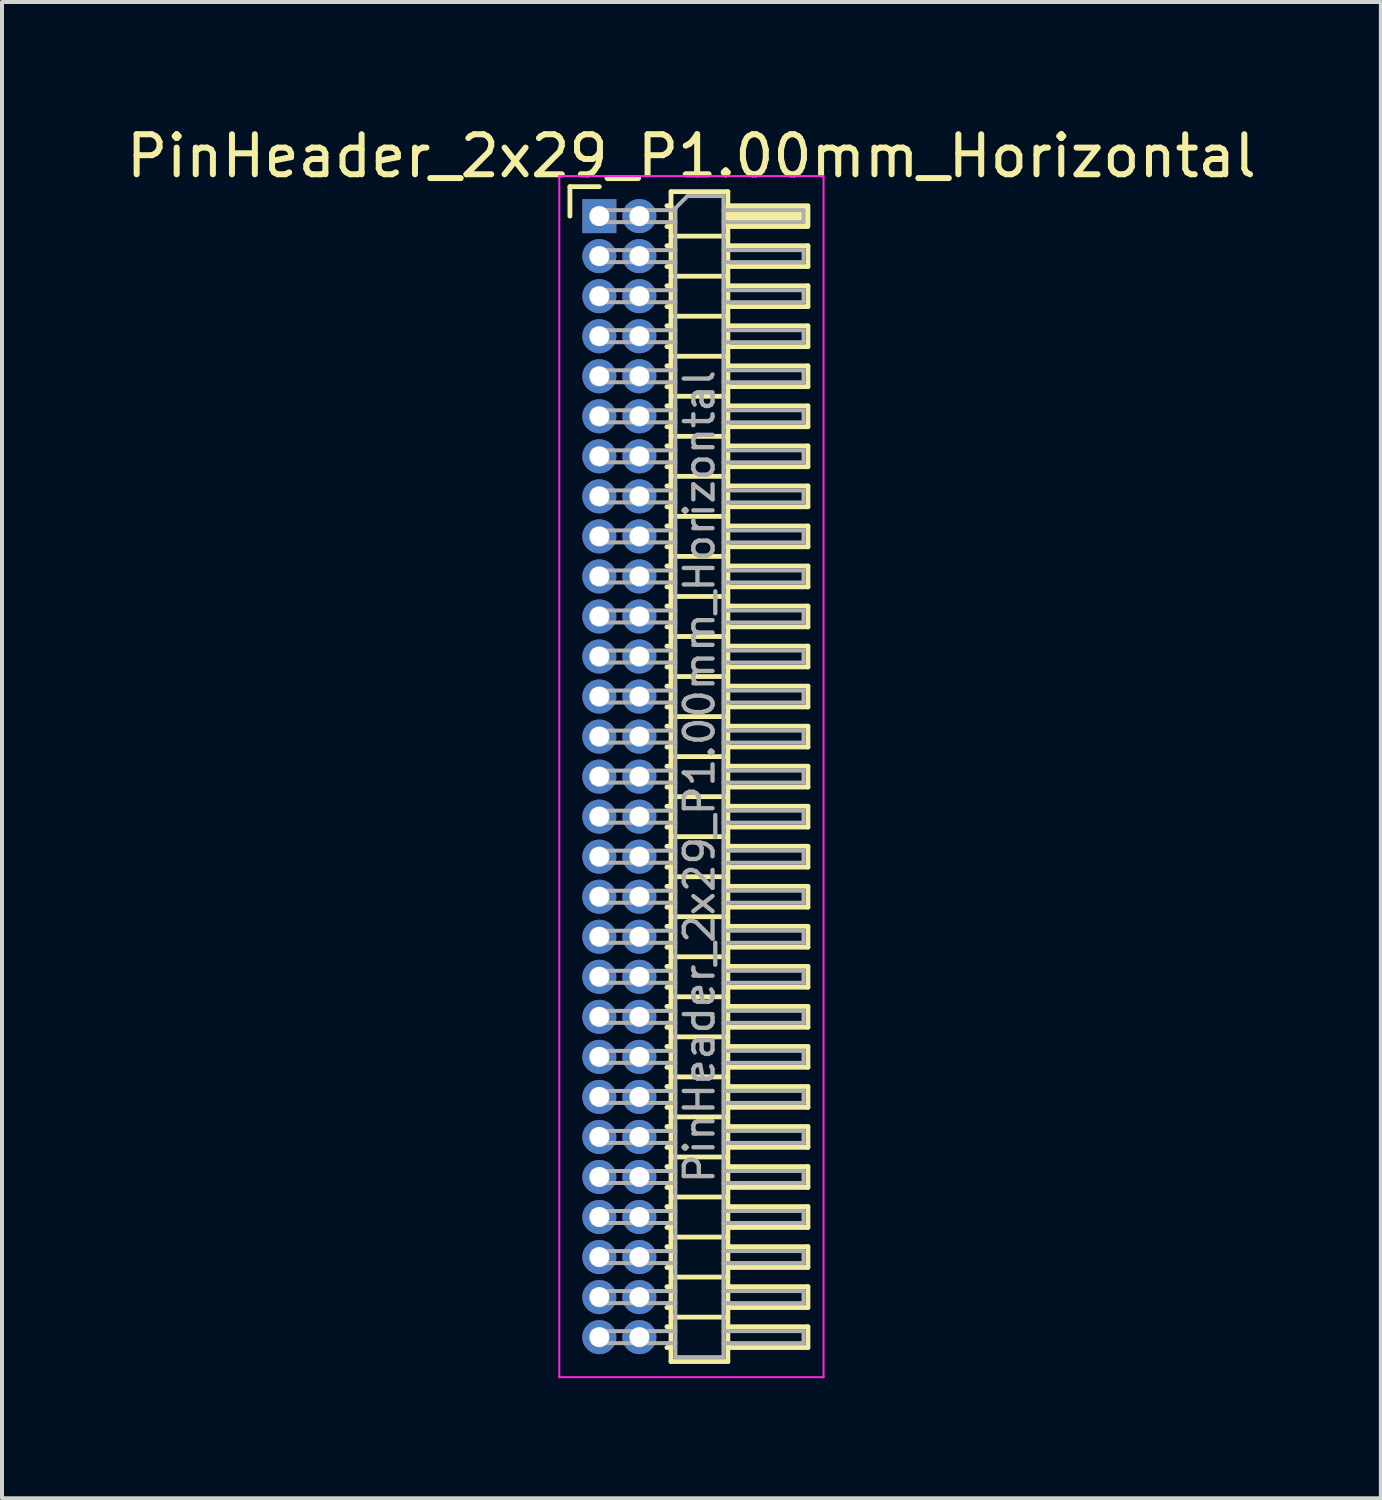
<source format=kicad_pcb>
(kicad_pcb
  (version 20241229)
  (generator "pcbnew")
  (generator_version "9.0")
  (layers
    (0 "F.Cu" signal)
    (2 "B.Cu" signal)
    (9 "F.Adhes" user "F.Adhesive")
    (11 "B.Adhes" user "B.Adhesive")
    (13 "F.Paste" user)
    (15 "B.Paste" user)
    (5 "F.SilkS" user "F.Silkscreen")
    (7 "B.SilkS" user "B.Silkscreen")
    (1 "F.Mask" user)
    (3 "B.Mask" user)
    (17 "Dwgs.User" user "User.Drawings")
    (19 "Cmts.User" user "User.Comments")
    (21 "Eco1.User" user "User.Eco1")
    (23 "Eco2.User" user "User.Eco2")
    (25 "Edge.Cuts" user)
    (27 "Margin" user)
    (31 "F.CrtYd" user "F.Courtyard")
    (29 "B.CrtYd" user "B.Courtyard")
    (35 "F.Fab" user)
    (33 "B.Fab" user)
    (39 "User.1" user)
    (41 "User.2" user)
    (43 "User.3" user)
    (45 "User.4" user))
  (footprint "PinHeader_2x29_P1.00mm_Horizontal"
    (layer "F.Cu")
    (at 11.92 2.348)
    (property "Reference" "PinHeader_2x29_P1.00mm_Horizontal" (at 2.3 -1.5 0) (layer "F.SilkS") (effects (font (size 1 1) (thickness 0.15))))
    (attr through_hole)
    (fp_line (start -0.735 -0.735) (end 0 -0.735) (stroke (width 0.12) (type solid)) (layer "F.SilkS"))
    (fp_line (start -0.735 0) (end -0.735 -0.735) (stroke (width 0.12) (type solid)) (layer "F.SilkS"))
    (fp_line (start 1.687 -0.26) (end 1.79 -0.26) (stroke (width 0.12) (type solid)) (layer "F.SilkS"))
    (fp_line (start 1.687 0.26) (end 1.79 0.26) (stroke (width 0.12) (type solid)) (layer "F.SilkS"))
    (fp_line (start 1.687 0.74) (end 1.79 0.74) (stroke (width 0.12) (type solid)) (layer "F.SilkS"))
    (fp_line (start 1.687 1.26) (end 1.79 1.26) (stroke (width 0.12) (type solid)) (layer "F.SilkS"))
    (fp_line (start 1.687 1.74) (end 1.79 1.74) (stroke (width 0.12) (type solid)) (layer "F.SilkS"))
    (fp_line (start 1.687 2.26) (end 1.79 2.26) (stroke (width 0.12) (type solid)) (layer "F.SilkS"))
    (fp_line (start 1.687 2.74) (end 1.79 2.74) (stroke (width 0.12) (type solid)) (layer "F.SilkS"))
    (fp_line (start 1.687 3.26) (end 1.79 3.26) (stroke (width 0.12) (type solid)) (layer "F.SilkS"))
    (fp_line (start 1.687 3.74) (end 1.79 3.74) (stroke (width 0.12) (type solid)) (layer "F.SilkS"))
    (fp_line (start 1.687 4.26) (end 1.79 4.26) (stroke (width 0.12) (type solid)) (layer "F.SilkS"))
    (fp_line (start 1.687 4.74) (end 1.79 4.74) (stroke (width 0.12) (type solid)) (layer "F.SilkS"))
    (fp_line (start 1.687 5.26) (end 1.79 5.26) (stroke (width 0.12) (type solid)) (layer "F.SilkS"))
    (fp_line (start 1.687 5.74) (end 1.79 5.74) (stroke (width 0.12) (type solid)) (layer "F.SilkS"))
    (fp_line (start 1.687 6.26) (end 1.79 6.26) (stroke (width 0.12) (type solid)) (layer "F.SilkS"))
    (fp_line (start 1.687 6.74) (end 1.79 6.74) (stroke (width 0.12) (type solid)) (layer "F.SilkS"))
    (fp_line (start 1.687 7.26) (end 1.79 7.26) (stroke (width 0.12) (type solid)) (layer "F.SilkS"))
    (fp_line (start 1.687 7.74) (end 1.79 7.74) (stroke (width 0.12) (type solid)) (layer "F.SilkS"))
    (fp_line (start 1.687 8.26) (end 1.79 8.26) (stroke (width 0.12) (type solid)) (layer "F.SilkS"))
    (fp_line (start 1.687 8.74) (end 1.79 8.74) (stroke (width 0.12) (type solid)) (layer "F.SilkS"))
    (fp_line (start 1.687 9.26) (end 1.79 9.26) (stroke (width 0.12) (type solid)) (layer "F.SilkS"))
    (fp_line (start 1.687 9.74) (end 1.79 9.74) (stroke (width 0.12) (type solid)) (layer "F.SilkS"))
    (fp_line (start 1.687 10.26) (end 1.79 10.26) (stroke (width 0.12) (type solid)) (layer "F.SilkS"))
    (fp_line (start 1.687 10.74) (end 1.79 10.74) (stroke (width 0.12) (type solid)) (layer "F.SilkS"))
    (fp_line (start 1.687 11.26) (end 1.79 11.26) (stroke (width 0.12) (type solid)) (layer "F.SilkS"))
    (fp_line (start 1.687 11.74) (end 1.79 11.74) (stroke (width 0.12) (type solid)) (layer "F.SilkS"))
    (fp_line (start 1.687 12.26) (end 1.79 12.26) (stroke (width 0.12) (type solid)) (layer "F.SilkS"))
    (fp_line (start 1.687 12.74) (end 1.79 12.74) (stroke (width 0.12) (type solid)) (layer "F.SilkS"))
    (fp_line (start 1.687 13.26) (end 1.79 13.26) (stroke (width 0.12) (type solid)) (layer "F.SilkS"))
    (fp_line (start 1.687 13.74) (end 1.79 13.74) (stroke (width 0.12) (type solid)) (layer "F.SilkS"))
    (fp_line (start 1.687 14.26) (end 1.79 14.26) (stroke (width 0.12) (type solid)) (layer "F.SilkS"))
    (fp_line (start 1.687 14.74) (end 1.79 14.74) (stroke (width 0.12) (type solid)) (layer "F.SilkS"))
    (fp_line (start 1.687 15.26) (end 1.79 15.26) (stroke (width 0.12) (type solid)) (layer "F.SilkS"))
    (fp_line (start 1.687 15.74) (end 1.79 15.74) (stroke (width 0.12) (type solid)) (layer "F.SilkS"))
    (fp_line (start 1.687 16.26) (end 1.79 16.26) (stroke (width 0.12) (type solid)) (layer "F.SilkS"))
    (fp_line (start 1.687 16.74) (end 1.79 16.74) (stroke (width 0.12) (type solid)) (layer "F.SilkS"))
    (fp_line (start 1.687 17.26) (end 1.79 17.26) (stroke (width 0.12) (type solid)) (layer "F.SilkS"))
    (fp_line (start 1.687 17.74) (end 1.79 17.74) (stroke (width 0.12) (type solid)) (layer "F.SilkS"))
    (fp_line (start 1.687 18.26) (end 1.79 18.26) (stroke (width 0.12) (type solid)) (layer "F.SilkS"))
    (fp_line (start 1.687 18.74) (end 1.79 18.74) (stroke (width 0.12) (type solid)) (layer "F.SilkS"))
    (fp_line (start 1.687 19.26) (end 1.79 19.26) (stroke (width 0.12) (type solid)) (layer "F.SilkS"))
    (fp_line (start 1.687 19.74) (end 1.79 19.74) (stroke (width 0.12) (type solid)) (layer "F.SilkS"))
    (fp_line (start 1.687 20.26) (end 1.79 20.26) (stroke (width 0.12) (type solid)) (layer "F.SilkS"))
    (fp_line (start 1.687 20.74) (end 1.79 20.74) (stroke (width 0.12) (type solid)) (layer "F.SilkS"))
    (fp_line (start 1.687 21.26) (end 1.79 21.26) (stroke (width 0.12) (type solid)) (layer "F.SilkS"))
    (fp_line (start 1.687 21.74) (end 1.79 21.74) (stroke (width 0.12) (type solid)) (layer "F.SilkS"))
    (fp_line (start 1.687 22.26) (end 1.79 22.26) (stroke (width 0.12) (type solid)) (layer "F.SilkS"))
    (fp_line (start 1.687 22.74) (end 1.79 22.74) (stroke (width 0.12) (type solid)) (layer "F.SilkS"))
    (fp_line (start 1.687 23.26) (end 1.79 23.26) (stroke (width 0.12) (type solid)) (layer "F.SilkS"))
    (fp_line (start 1.687 23.74) (end 1.79 23.74) (stroke (width 0.12) (type solid)) (layer "F.SilkS"))
    (fp_line (start 1.687 24.26) (end 1.79 24.26) (stroke (width 0.12) (type solid)) (layer "F.SilkS"))
    (fp_line (start 1.687 24.74) (end 1.79 24.74) (stroke (width 0.12) (type solid)) (layer "F.SilkS"))
    (fp_line (start 1.687 25.26) (end 1.79 25.26) (stroke (width 0.12) (type solid)) (layer "F.SilkS"))
    (fp_line (start 1.687 25.74) (end 1.79 25.74) (stroke (width 0.12) (type solid)) (layer "F.SilkS"))
    (fp_line (start 1.687 26.26) (end 1.79 26.26) (stroke (width 0.12) (type solid)) (layer "F.SilkS"))
    (fp_line (start 1.687 26.74) (end 1.79 26.74) (stroke (width 0.12) (type solid)) (layer "F.SilkS"))
    (fp_line (start 1.687 27.26) (end 1.79 27.26) (stroke (width 0.12) (type solid)) (layer "F.SilkS"))
    (fp_line (start 1.687 27.74) (end 1.79 27.74) (stroke (width 0.12) (type solid)) (layer "F.SilkS"))
    (fp_line (start 1.687 28.26) (end 1.79 28.26) (stroke (width 0.12) (type solid)) (layer "F.SilkS"))
    (fp_line (start 1.79 -0.61) (end 1.79 28.61) (stroke (width 0.12) (type solid)) (layer "F.SilkS"))
    (fp_line (start 1.79 0.5) (end 3.21 0.5) (stroke (width 0.12) (type solid)) (layer "F.SilkS"))
    (fp_line (start 1.79 1.5) (end 3.21 1.5) (stroke (width 0.12) (type solid)) (layer "F.SilkS"))
    (fp_line (start 1.79 2.5) (end 3.21 2.5) (stroke (width 0.12) (type solid)) (layer "F.SilkS"))
    (fp_line (start 1.79 3.5) (end 3.21 3.5) (stroke (width 0.12) (type solid)) (layer "F.SilkS"))
    (fp_line (start 1.79 4.5) (end 3.21 4.5) (stroke (width 0.12) (type solid)) (layer "F.SilkS"))
    (fp_line (start 1.79 5.5) (end 3.21 5.5) (stroke (width 0.12) (type solid)) (layer "F.SilkS"))
    (fp_line (start 1.79 6.5) (end 3.21 6.5) (stroke (width 0.12) (type solid)) (layer "F.SilkS"))
    (fp_line (start 1.79 7.5) (end 3.21 7.5) (stroke (width 0.12) (type solid)) (layer "F.SilkS"))
    (fp_line (start 1.79 8.5) (end 3.21 8.5) (stroke (width 0.12) (type solid)) (layer "F.SilkS"))
    (fp_line (start 1.79 9.5) (end 3.21 9.5) (stroke (width 0.12) (type solid)) (layer "F.SilkS"))
    (fp_line (start 1.79 10.5) (end 3.21 10.5) (stroke (width 0.12) (type solid)) (layer "F.SilkS"))
    (fp_line (start 1.79 11.5) (end 3.21 11.5) (stroke (width 0.12) (type solid)) (layer "F.SilkS"))
    (fp_line (start 1.79 12.5) (end 3.21 12.5) (stroke (width 0.12) (type solid)) (layer "F.SilkS"))
    (fp_line (start 1.79 13.5) (end 3.21 13.5) (stroke (width 0.12) (type solid)) (layer "F.SilkS"))
    (fp_line (start 1.79 14.5) (end 3.21 14.5) (stroke (width 0.12) (type solid)) (layer "F.SilkS"))
    (fp_line (start 1.79 15.5) (end 3.21 15.5) (stroke (width 0.12) (type solid)) (layer "F.SilkS"))
    (fp_line (start 1.79 16.5) (end 3.21 16.5) (stroke (width 0.12) (type solid)) (layer "F.SilkS"))
    (fp_line (start 1.79 17.5) (end 3.21 17.5) (stroke (width 0.12) (type solid)) (layer "F.SilkS"))
    (fp_line (start 1.79 18.5) (end 3.21 18.5) (stroke (width 0.12) (type solid)) (layer "F.SilkS"))
    (fp_line (start 1.79 19.5) (end 3.21 19.5) (stroke (width 0.12) (type solid)) (layer "F.SilkS"))
    (fp_line (start 1.79 20.5) (end 3.21 20.5) (stroke (width 0.12) (type solid)) (layer "F.SilkS"))
    (fp_line (start 1.79 21.5) (end 3.21 21.5) (stroke (width 0.12) (type solid)) (layer "F.SilkS"))
    (fp_line (start 1.79 22.5) (end 3.21 22.5) (stroke (width 0.12) (type solid)) (layer "F.SilkS"))
    (fp_line (start 1.79 23.5) (end 3.21 23.5) (stroke (width 0.12) (type solid)) (layer "F.SilkS"))
    (fp_line (start 1.79 24.5) (end 3.21 24.5) (stroke (width 0.12) (type solid)) (layer "F.SilkS"))
    (fp_line (start 1.79 25.5) (end 3.21 25.5) (stroke (width 0.12) (type solid)) (layer "F.SilkS"))
    (fp_line (start 1.79 26.5) (end 3.21 26.5) (stroke (width 0.12) (type solid)) (layer "F.SilkS"))
    (fp_line (start 1.79 27.5) (end 3.21 27.5) (stroke (width 0.12) (type solid)) (layer "F.SilkS"))
    (fp_line (start 1.79 28.61) (end 3.21 28.61) (stroke (width 0.12) (type solid)) (layer "F.SilkS"))
    (fp_line (start 3.21 -0.61) (end 1.79 -0.61) (stroke (width 0.12) (type solid)) (layer "F.SilkS"))
    (fp_line (start 3.21 0.74) (end 5.21 0.74) (stroke (width 0.12) (type solid)) (layer "F.SilkS"))
    (fp_line (start 3.21 1.74) (end 5.21 1.74) (stroke (width 0.12) (type solid)) (layer "F.SilkS"))
    (fp_line (start 3.21 2.74) (end 5.21 2.74) (stroke (width 0.12) (type solid)) (layer "F.SilkS"))
    (fp_line (start 3.21 3.74) (end 5.21 3.74) (stroke (width 0.12) (type solid)) (layer "F.SilkS"))
    (fp_line (start 3.21 4.74) (end 5.21 4.74) (stroke (width 0.12) (type solid)) (layer "F.SilkS"))
    (fp_line (start 3.21 5.74) (end 5.21 5.74) (stroke (width 0.12) (type solid)) (layer "F.SilkS"))
    (fp_line (start 3.21 6.74) (end 5.21 6.74) (stroke (width 0.12) (type solid)) (layer "F.SilkS"))
    (fp_line (start 3.21 7.74) (end 5.21 7.74) (stroke (width 0.12) (type solid)) (layer "F.SilkS"))
    (fp_line (start 3.21 8.74) (end 5.21 8.74) (stroke (width 0.12) (type solid)) (layer "F.SilkS"))
    (fp_line (start 3.21 9.74) (end 5.21 9.74) (stroke (width 0.12) (type solid)) (layer "F.SilkS"))
    (fp_line (start 3.21 10.74) (end 5.21 10.74) (stroke (width 0.12) (type solid)) (layer "F.SilkS"))
    (fp_line (start 3.21 11.74) (end 5.21 11.74) (stroke (width 0.12) (type solid)) (layer "F.SilkS"))
    (fp_line (start 3.21 12.74) (end 5.21 12.74) (stroke (width 0.12) (type solid)) (layer "F.SilkS"))
    (fp_line (start 3.21 13.74) (end 5.21 13.74) (stroke (width 0.12) (type solid)) (layer "F.SilkS"))
    (fp_line (start 3.21 14.74) (end 5.21 14.74) (stroke (width 0.12) (type solid)) (layer "F.SilkS"))
    (fp_line (start 3.21 15.74) (end 5.21 15.74) (stroke (width 0.12) (type solid)) (layer "F.SilkS"))
    (fp_line (start 3.21 16.74) (end 5.21 16.74) (stroke (width 0.12) (type solid)) (layer "F.SilkS"))
    (fp_line (start 3.21 17.74) (end 5.21 17.74) (stroke (width 0.12) (type solid)) (layer "F.SilkS"))
    (fp_line (start 3.21 18.74) (end 5.21 18.74) (stroke (width 0.12) (type solid)) (layer "F.SilkS"))
    (fp_line (start 3.21 19.74) (end 5.21 19.74) (stroke (width 0.12) (type solid)) (layer "F.SilkS"))
    (fp_line (start 3.21 20.74) (end 5.21 20.74) (stroke (width 0.12) (type solid)) (layer "F.SilkS"))
    (fp_line (start 3.21 21.74) (end 5.21 21.74) (stroke (width 0.12) (type solid)) (layer "F.SilkS"))
    (fp_line (start 3.21 22.74) (end 5.21 22.74) (stroke (width 0.12) (type solid)) (layer "F.SilkS"))
    (fp_line (start 3.21 23.74) (end 5.21 23.74) (stroke (width 0.12) (type solid)) (layer "F.SilkS"))
    (fp_line (start 3.21 24.74) (end 5.21 24.74) (stroke (width 0.12) (type solid)) (layer "F.SilkS"))
    (fp_line (start 3.21 25.74) (end 5.21 25.74) (stroke (width 0.12) (type solid)) (layer "F.SilkS"))
    (fp_line (start 3.21 26.74) (end 5.21 26.74) (stroke (width 0.12) (type solid)) (layer "F.SilkS"))
    (fp_line (start 3.21 27.74) (end 5.21 27.74) (stroke (width 0.12) (type solid)) (layer "F.SilkS"))
    (fp_line (start 3.21 28.61) (end 3.21 -0.61) (stroke (width 0.12) (type solid)) (layer "F.SilkS"))
    (fp_line (start 5.21 0.74) (end 5.21 1.26) (stroke (width 0.12) (type solid)) (layer "F.SilkS"))
    (fp_line (start 5.21 1.26) (end 3.21 1.26) (stroke (width 0.12) (type solid)) (layer "F.SilkS"))
    (fp_line (start 5.21 1.74) (end 5.21 2.26) (stroke (width 0.12) (type solid)) (layer "F.SilkS"))
    (fp_line (start 5.21 2.26) (end 3.21 2.26) (stroke (width 0.12) (type solid)) (layer "F.SilkS"))
    (fp_line (start 5.21 2.74) (end 5.21 3.26) (stroke (width 0.12) (type solid)) (layer "F.SilkS"))
    (fp_line (start 5.21 3.26) (end 3.21 3.26) (stroke (width 0.12) (type solid)) (layer "F.SilkS"))
    (fp_line (start 5.21 3.74) (end 5.21 4.26) (stroke (width 0.12) (type solid)) (layer "F.SilkS"))
    (fp_line (start 5.21 4.26) (end 3.21 4.26) (stroke (width 0.12) (type solid)) (layer "F.SilkS"))
    (fp_line (start 5.21 4.74) (end 5.21 5.26) (stroke (width 0.12) (type solid)) (layer "F.SilkS"))
    (fp_line (start 5.21 5.26) (end 3.21 5.26) (stroke (width 0.12) (type solid)) (layer "F.SilkS"))
    (fp_line (start 5.21 5.74) (end 5.21 6.26) (stroke (width 0.12) (type solid)) (layer "F.SilkS"))
    (fp_line (start 5.21 6.26) (end 3.21 6.26) (stroke (width 0.12) (type solid)) (layer "F.SilkS"))
    (fp_line (start 5.21 6.74) (end 5.21 7.26) (stroke (width 0.12) (type solid)) (layer "F.SilkS"))
    (fp_line (start 5.21 7.26) (end 3.21 7.26) (stroke (width 0.12) (type solid)) (layer "F.SilkS"))
    (fp_line (start 5.21 7.74) (end 5.21 8.26) (stroke (width 0.12) (type solid)) (layer "F.SilkS"))
    (fp_line (start 5.21 8.26) (end 3.21 8.26) (stroke (width 0.12) (type solid)) (layer "F.SilkS"))
    (fp_line (start 5.21 8.74) (end 5.21 9.26) (stroke (width 0.12) (type solid)) (layer "F.SilkS"))
    (fp_line (start 5.21 9.26) (end 3.21 9.26) (stroke (width 0.12) (type solid)) (layer "F.SilkS"))
    (fp_line (start 5.21 9.74) (end 5.21 10.26) (stroke (width 0.12) (type solid)) (layer "F.SilkS"))
    (fp_line (start 5.21 10.26) (end 3.21 10.26) (stroke (width 0.12) (type solid)) (layer "F.SilkS"))
    (fp_line (start 5.21 10.74) (end 5.21 11.26) (stroke (width 0.12) (type solid)) (layer "F.SilkS"))
    (fp_line (start 5.21 11.26) (end 3.21 11.26) (stroke (width 0.12) (type solid)) (layer "F.SilkS"))
    (fp_line (start 5.21 11.74) (end 5.21 12.26) (stroke (width 0.12) (type solid)) (layer "F.SilkS"))
    (fp_line (start 5.21 12.26) (end 3.21 12.26) (stroke (width 0.12) (type solid)) (layer "F.SilkS"))
    (fp_line (start 5.21 12.74) (end 5.21 13.26) (stroke (width 0.12) (type solid)) (layer "F.SilkS"))
    (fp_line (start 5.21 13.26) (end 3.21 13.26) (stroke (width 0.12) (type solid)) (layer "F.SilkS"))
    (fp_line (start 5.21 13.74) (end 5.21 14.26) (stroke (width 0.12) (type solid)) (layer "F.SilkS"))
    (fp_line (start 5.21 14.26) (end 3.21 14.26) (stroke (width 0.12) (type solid)) (layer "F.SilkS"))
    (fp_line (start 5.21 14.74) (end 5.21 15.26) (stroke (width 0.12) (type solid)) (layer "F.SilkS"))
    (fp_line (start 5.21 15.26) (end 3.21 15.26) (stroke (width 0.12) (type solid)) (layer "F.SilkS"))
    (fp_line (start 5.21 15.74) (end 5.21 16.26) (stroke (width 0.12) (type solid)) (layer "F.SilkS"))
    (fp_line (start 5.21 16.26) (end 3.21 16.26) (stroke (width 0.12) (type solid)) (layer "F.SilkS"))
    (fp_line (start 5.21 16.74) (end 5.21 17.26) (stroke (width 0.12) (type solid)) (layer "F.SilkS"))
    (fp_line (start 5.21 17.26) (end 3.21 17.26) (stroke (width 0.12) (type solid)) (layer "F.SilkS"))
    (fp_line (start 5.21 17.74) (end 5.21 18.26) (stroke (width 0.12) (type solid)) (layer "F.SilkS"))
    (fp_line (start 5.21 18.26) (end 3.21 18.26) (stroke (width 0.12) (type solid)) (layer "F.SilkS"))
    (fp_line (start 5.21 18.74) (end 5.21 19.26) (stroke (width 0.12) (type solid)) (layer "F.SilkS"))
    (fp_line (start 5.21 19.26) (end 3.21 19.26) (stroke (width 0.12) (type solid)) (layer "F.SilkS"))
    (fp_line (start 5.21 19.74) (end 5.21 20.26) (stroke (width 0.12) (type solid)) (layer "F.SilkS"))
    (fp_line (start 5.21 20.26) (end 3.21 20.26) (stroke (width 0.12) (type solid)) (layer "F.SilkS"))
    (fp_line (start 5.21 20.74) (end 5.21 21.26) (stroke (width 0.12) (type solid)) (layer "F.SilkS"))
    (fp_line (start 5.21 21.26) (end 3.21 21.26) (stroke (width 0.12) (type solid)) (layer "F.SilkS"))
    (fp_line (start 5.21 21.74) (end 5.21 22.26) (stroke (width 0.12) (type solid)) (layer "F.SilkS"))
    (fp_line (start 5.21 22.26) (end 3.21 22.26) (stroke (width 0.12) (type solid)) (layer "F.SilkS"))
    (fp_line (start 5.21 22.74) (end 5.21 23.26) (stroke (width 0.12) (type solid)) (layer "F.SilkS"))
    (fp_line (start 5.21 23.26) (end 3.21 23.26) (stroke (width 0.12) (type solid)) (layer "F.SilkS"))
    (fp_line (start 5.21 23.74) (end 5.21 24.26) (stroke (width 0.12) (type solid)) (layer "F.SilkS"))
    (fp_line (start 5.21 24.26) (end 3.21 24.26) (stroke (width 0.12) (type solid)) (layer "F.SilkS"))
    (fp_line (start 5.21 24.74) (end 5.21 25.26) (stroke (width 0.12) (type solid)) (layer "F.SilkS"))
    (fp_line (start 5.21 25.26) (end 3.21 25.26) (stroke (width 0.12) (type solid)) (layer "F.SilkS"))
    (fp_line (start 5.21 25.74) (end 5.21 26.26) (stroke (width 0.12) (type solid)) (layer "F.SilkS"))
    (fp_line (start 5.21 26.26) (end 3.21 26.26) (stroke (width 0.12) (type solid)) (layer "F.SilkS"))
    (fp_line (start 5.21 26.74) (end 5.21 27.26) (stroke (width 0.12) (type solid)) (layer "F.SilkS"))
    (fp_line (start 5.21 27.26) (end 3.21 27.26) (stroke (width 0.12) (type solid)) (layer "F.SilkS"))
    (fp_line (start 5.21 27.74) (end 5.21 28.26) (stroke (width 0.12) (type solid)) (layer "F.SilkS"))
    (fp_line (start 5.21 28.26) (end 3.21 28.26) (stroke (width 0.12) (type solid)) (layer "F.SilkS"))
    (fp_rect (start 3.21 -0.26) (end 5.21 0.26) (stroke (width 0.12) (type solid)) (fill yes) (layer "F.SilkS"))
    (fp_line (start -1 -1) (end -1 29) (stroke (width 0.05) (type solid)) (layer "F.CrtYd"))
    (fp_line (start -1 29) (end 5.6 29) (stroke (width 0.05) (type solid)) (layer "F.CrtYd"))
    (fp_line (start 5.6 -1) (end -1 -1) (stroke (width 0.05) (type solid)) (layer "F.CrtYd"))
    (fp_line (start 5.6 29) (end 5.6 -1) (stroke (width 0.05) (type solid)) (layer "F.CrtYd"))
    (fp_line (start -0.15 -0.15) (end -0.15 0.15) (stroke (width 0.1) (type solid)) (layer "F.Fab"))
    (fp_line (start -0.15 -0.15) (end 1.9 -0.15) (stroke (width 0.1) (type solid)) (layer "F.Fab"))
    (fp_line (start -0.15 0.15) (end 1.9 0.15) (stroke (width 0.1) (type solid)) (layer "F.Fab"))
    (fp_line (start -0.15 0.85) (end -0.15 1.15) (stroke (width 0.1) (type solid)) (layer "F.Fab"))
    (fp_line (start -0.15 0.85) (end 1.9 0.85) (stroke (width 0.1) (type solid)) (layer "F.Fab"))
    (fp_line (start -0.15 1.15) (end 1.9 1.15) (stroke (width 0.1) (type solid)) (layer "F.Fab"))
    (fp_line (start -0.15 1.85) (end -0.15 2.15) (stroke (width 0.1) (type solid)) (layer "F.Fab"))
    (fp_line (start -0.15 1.85) (end 1.9 1.85) (stroke (width 0.1) (type solid)) (layer "F.Fab"))
    (fp_line (start -0.15 2.15) (end 1.9 2.15) (stroke (width 0.1) (type solid)) (layer "F.Fab"))
    (fp_line (start -0.15 2.85) (end -0.15 3.15) (stroke (width 0.1) (type solid)) (layer "F.Fab"))
    (fp_line (start -0.15 2.85) (end 1.9 2.85) (stroke (width 0.1) (type solid)) (layer "F.Fab"))
    (fp_line (start -0.15 3.15) (end 1.9 3.15) (stroke (width 0.1) (type solid)) (layer "F.Fab"))
    (fp_line (start -0.15 3.85) (end -0.15 4.15) (stroke (width 0.1) (type solid)) (layer "F.Fab"))
    (fp_line (start -0.15 3.85) (end 1.9 3.85) (stroke (width 0.1) (type solid)) (layer "F.Fab"))
    (fp_line (start -0.15 4.15) (end 1.9 4.15) (stroke (width 0.1) (type solid)) (layer "F.Fab"))
    (fp_line (start -0.15 4.85) (end -0.15 5.15) (stroke (width 0.1) (type solid)) (layer "F.Fab"))
    (fp_line (start -0.15 4.85) (end 1.9 4.85) (stroke (width 0.1) (type solid)) (layer "F.Fab"))
    (fp_line (start -0.15 5.15) (end 1.9 5.15) (stroke (width 0.1) (type solid)) (layer "F.Fab"))
    (fp_line (start -0.15 5.85) (end -0.15 6.15) (stroke (width 0.1) (type solid)) (layer "F.Fab"))
    (fp_line (start -0.15 5.85) (end 1.9 5.85) (stroke (width 0.1) (type solid)) (layer "F.Fab"))
    (fp_line (start -0.15 6.15) (end 1.9 6.15) (stroke (width 0.1) (type solid)) (layer "F.Fab"))
    (fp_line (start -0.15 6.85) (end -0.15 7.15) (stroke (width 0.1) (type solid)) (layer "F.Fab"))
    (fp_line (start -0.15 6.85) (end 1.9 6.85) (stroke (width 0.1) (type solid)) (layer "F.Fab"))
    (fp_line (start -0.15 7.15) (end 1.9 7.15) (stroke (width 0.1) (type solid)) (layer "F.Fab"))
    (fp_line (start -0.15 7.85) (end -0.15 8.15) (stroke (width 0.1) (type solid)) (layer "F.Fab"))
    (fp_line (start -0.15 7.85) (end 1.9 7.85) (stroke (width 0.1) (type solid)) (layer "F.Fab"))
    (fp_line (start -0.15 8.15) (end 1.9 8.15) (stroke (width 0.1) (type solid)) (layer "F.Fab"))
    (fp_line (start -0.15 8.85) (end -0.15 9.15) (stroke (width 0.1) (type solid)) (layer "F.Fab"))
    (fp_line (start -0.15 8.85) (end 1.9 8.85) (stroke (width 0.1) (type solid)) (layer "F.Fab"))
    (fp_line (start -0.15 9.15) (end 1.9 9.15) (stroke (width 0.1) (type solid)) (layer "F.Fab"))
    (fp_line (start -0.15 9.85) (end -0.15 10.15) (stroke (width 0.1) (type solid)) (layer "F.Fab"))
    (fp_line (start -0.15 9.85) (end 1.9 9.85) (stroke (width 0.1) (type solid)) (layer "F.Fab"))
    (fp_line (start -0.15 10.15) (end 1.9 10.15) (stroke (width 0.1) (type solid)) (layer "F.Fab"))
    (fp_line (start -0.15 10.85) (end -0.15 11.15) (stroke (width 0.1) (type solid)) (layer "F.Fab"))
    (fp_line (start -0.15 10.85) (end 1.9 10.85) (stroke (width 0.1) (type solid)) (layer "F.Fab"))
    (fp_line (start -0.15 11.15) (end 1.9 11.15) (stroke (width 0.1) (type solid)) (layer "F.Fab"))
    (fp_line (start -0.15 11.85) (end -0.15 12.15) (stroke (width 0.1) (type solid)) (layer "F.Fab"))
    (fp_line (start -0.15 11.85) (end 1.9 11.85) (stroke (width 0.1) (type solid)) (layer "F.Fab"))
    (fp_line (start -0.15 12.15) (end 1.9 12.15) (stroke (width 0.1) (type solid)) (layer "F.Fab"))
    (fp_line (start -0.15 12.85) (end -0.15 13.15) (stroke (width 0.1) (type solid)) (layer "F.Fab"))
    (fp_line (start -0.15 12.85) (end 1.9 12.85) (stroke (width 0.1) (type solid)) (layer "F.Fab"))
    (fp_line (start -0.15 13.15) (end 1.9 13.15) (stroke (width 0.1) (type solid)) (layer "F.Fab"))
    (fp_line (start -0.15 13.85) (end -0.15 14.15) (stroke (width 0.1) (type solid)) (layer "F.Fab"))
    (fp_line (start -0.15 13.85) (end 1.9 13.85) (stroke (width 0.1) (type solid)) (layer "F.Fab"))
    (fp_line (start -0.15 14.15) (end 1.9 14.15) (stroke (width 0.1) (type solid)) (layer "F.Fab"))
    (fp_line (start -0.15 14.85) (end -0.15 15.15) (stroke (width 0.1) (type solid)) (layer "F.Fab"))
    (fp_line (start -0.15 14.85) (end 1.9 14.85) (stroke (width 0.1) (type solid)) (layer "F.Fab"))
    (fp_line (start -0.15 15.15) (end 1.9 15.15) (stroke (width 0.1) (type solid)) (layer "F.Fab"))
    (fp_line (start -0.15 15.85) (end -0.15 16.15) (stroke (width 0.1) (type solid)) (layer "F.Fab"))
    (fp_line (start -0.15 15.85) (end 1.9 15.85) (stroke (width 0.1) (type solid)) (layer "F.Fab"))
    (fp_line (start -0.15 16.15) (end 1.9 16.15) (stroke (width 0.1) (type solid)) (layer "F.Fab"))
    (fp_line (start -0.15 16.85) (end -0.15 17.15) (stroke (width 0.1) (type solid)) (layer "F.Fab"))
    (fp_line (start -0.15 16.85) (end 1.9 16.85) (stroke (width 0.1) (type solid)) (layer "F.Fab"))
    (fp_line (start -0.15 17.15) (end 1.9 17.15) (stroke (width 0.1) (type solid)) (layer "F.Fab"))
    (fp_line (start -0.15 17.85) (end -0.15 18.15) (stroke (width 0.1) (type solid)) (layer "F.Fab"))
    (fp_line (start -0.15 17.85) (end 1.9 17.85) (stroke (width 0.1) (type solid)) (layer "F.Fab"))
    (fp_line (start -0.15 18.15) (end 1.9 18.15) (stroke (width 0.1) (type solid)) (layer "F.Fab"))
    (fp_line (start -0.15 18.85) (end -0.15 19.15) (stroke (width 0.1) (type solid)) (layer "F.Fab"))
    (fp_line (start -0.15 18.85) (end 1.9 18.85) (stroke (width 0.1) (type solid)) (layer "F.Fab"))
    (fp_line (start -0.15 19.15) (end 1.9 19.15) (stroke (width 0.1) (type solid)) (layer "F.Fab"))
    (fp_line (start -0.15 19.85) (end -0.15 20.15) (stroke (width 0.1) (type solid)) (layer "F.Fab"))
    (fp_line (start -0.15 19.85) (end 1.9 19.85) (stroke (width 0.1) (type solid)) (layer "F.Fab"))
    (fp_line (start -0.15 20.15) (end 1.9 20.15) (stroke (width 0.1) (type solid)) (layer "F.Fab"))
    (fp_line (start -0.15 20.85) (end -0.15 21.15) (stroke (width 0.1) (type solid)) (layer "F.Fab"))
    (fp_line (start -0.15 20.85) (end 1.9 20.85) (stroke (width 0.1) (type solid)) (layer "F.Fab"))
    (fp_line (start -0.15 21.15) (end 1.9 21.15) (stroke (width 0.1) (type solid)) (layer "F.Fab"))
    (fp_line (start -0.15 21.85) (end -0.15 22.15) (stroke (width 0.1) (type solid)) (layer "F.Fab"))
    (fp_line (start -0.15 21.85) (end 1.9 21.85) (stroke (width 0.1) (type solid)) (layer "F.Fab"))
    (fp_line (start -0.15 22.15) (end 1.9 22.15) (stroke (width 0.1) (type solid)) (layer "F.Fab"))
    (fp_line (start -0.15 22.85) (end -0.15 23.15) (stroke (width 0.1) (type solid)) (layer "F.Fab"))
    (fp_line (start -0.15 22.85) (end 1.9 22.85) (stroke (width 0.1) (type solid)) (layer "F.Fab"))
    (fp_line (start -0.15 23.15) (end 1.9 23.15) (stroke (width 0.1) (type solid)) (layer "F.Fab"))
    (fp_line (start -0.15 23.85) (end -0.15 24.15) (stroke (width 0.1) (type solid)) (layer "F.Fab"))
    (fp_line (start -0.15 23.85) (end 1.9 23.85) (stroke (width 0.1) (type solid)) (layer "F.Fab"))
    (fp_line (start -0.15 24.15) (end 1.9 24.15) (stroke (width 0.1) (type solid)) (layer "F.Fab"))
    (fp_line (start -0.15 24.85) (end -0.15 25.15) (stroke (width 0.1) (type solid)) (layer "F.Fab"))
    (fp_line (start -0.15 24.85) (end 1.9 24.85) (stroke (width 0.1) (type solid)) (layer "F.Fab"))
    (fp_line (start -0.15 25.15) (end 1.9 25.15) (stroke (width 0.1) (type solid)) (layer "F.Fab"))
    (fp_line (start -0.15 25.85) (end -0.15 26.15) (stroke (width 0.1) (type solid)) (layer "F.Fab"))
    (fp_line (start -0.15 25.85) (end 1.9 25.85) (stroke (width 0.1) (type solid)) (layer "F.Fab"))
    (fp_line (start -0.15 26.15) (end 1.9 26.15) (stroke (width 0.1) (type solid)) (layer "F.Fab"))
    (fp_line (start -0.15 26.85) (end -0.15 27.15) (stroke (width 0.1) (type solid)) (layer "F.Fab"))
    (fp_line (start -0.15 26.85) (end 1.9 26.85) (stroke (width 0.1) (type solid)) (layer "F.Fab"))
    (fp_line (start -0.15 27.15) (end 1.9 27.15) (stroke (width 0.1) (type solid)) (layer "F.Fab"))
    (fp_line (start -0.15 27.85) (end -0.15 28.15) (stroke (width 0.1) (type solid)) (layer "F.Fab"))
    (fp_line (start -0.15 27.85) (end 1.9 27.85) (stroke (width 0.1) (type solid)) (layer "F.Fab"))
    (fp_line (start -0.15 28.15) (end 1.9 28.15) (stroke (width 0.1) (type solid)) (layer "F.Fab"))
    (fp_line (start 1.9 -0.2) (end 2.2 -0.5) (stroke (width 0.1) (type solid)) (layer "F.Fab"))
    (fp_line (start 1.9 28.5) (end 1.9 -0.2) (stroke (width 0.1) (type solid)) (layer "F.Fab"))
    (fp_line (start 2.2 -0.5) (end 3.1 -0.5) (stroke (width 0.1) (type solid)) (layer "F.Fab"))
    (fp_line (start 3.1 -0.5) (end 3.1 28.5) (stroke (width 0.1) (type solid)) (layer "F.Fab"))
    (fp_line (start 3.1 -0.15) (end 5.1 -0.15) (stroke (width 0.1) (type solid)) (layer "F.Fab"))
    (fp_line (start 3.1 0.15) (end 5.1 0.15) (stroke (width 0.1) (type solid)) (layer "F.Fab"))
    (fp_line (start 3.1 0.85) (end 5.1 0.85) (stroke (width 0.1) (type solid)) (layer "F.Fab"))
    (fp_line (start 3.1 1.15) (end 5.1 1.15) (stroke (width 0.1) (type solid)) (layer "F.Fab"))
    (fp_line (start 3.1 1.85) (end 5.1 1.85) (stroke (width 0.1) (type solid)) (layer "F.Fab"))
    (fp_line (start 3.1 2.15) (end 5.1 2.15) (stroke (width 0.1) (type solid)) (layer "F.Fab"))
    (fp_line (start 3.1 2.85) (end 5.1 2.85) (stroke (width 0.1) (type solid)) (layer "F.Fab"))
    (fp_line (start 3.1 3.15) (end 5.1 3.15) (stroke (width 0.1) (type solid)) (layer "F.Fab"))
    (fp_line (start 3.1 3.85) (end 5.1 3.85) (stroke (width 0.1) (type solid)) (layer "F.Fab"))
    (fp_line (start 3.1 4.15) (end 5.1 4.15) (stroke (width 0.1) (type solid)) (layer "F.Fab"))
    (fp_line (start 3.1 4.85) (end 5.1 4.85) (stroke (width 0.1) (type solid)) (layer "F.Fab"))
    (fp_line (start 3.1 5.15) (end 5.1 5.15) (stroke (width 0.1) (type solid)) (layer "F.Fab"))
    (fp_line (start 3.1 5.85) (end 5.1 5.85) (stroke (width 0.1) (type solid)) (layer "F.Fab"))
    (fp_line (start 3.1 6.15) (end 5.1 6.15) (stroke (width 0.1) (type solid)) (layer "F.Fab"))
    (fp_line (start 3.1 6.85) (end 5.1 6.85) (stroke (width 0.1) (type solid)) (layer "F.Fab"))
    (fp_line (start 3.1 7.15) (end 5.1 7.15) (stroke (width 0.1) (type solid)) (layer "F.Fab"))
    (fp_line (start 3.1 7.85) (end 5.1 7.85) (stroke (width 0.1) (type solid)) (layer "F.Fab"))
    (fp_line (start 3.1 8.15) (end 5.1 8.15) (stroke (width 0.1) (type solid)) (layer "F.Fab"))
    (fp_line (start 3.1 8.85) (end 5.1 8.85) (stroke (width 0.1) (type solid)) (layer "F.Fab"))
    (fp_line (start 3.1 9.15) (end 5.1 9.15) (stroke (width 0.1) (type solid)) (layer "F.Fab"))
    (fp_line (start 3.1 9.85) (end 5.1 9.85) (stroke (width 0.1) (type solid)) (layer "F.Fab"))
    (fp_line (start 3.1 10.15) (end 5.1 10.15) (stroke (width 0.1) (type solid)) (layer "F.Fab"))
    (fp_line (start 3.1 10.85) (end 5.1 10.85) (stroke (width 0.1) (type solid)) (layer "F.Fab"))
    (fp_line (start 3.1 11.15) (end 5.1 11.15) (stroke (width 0.1) (type solid)) (layer "F.Fab"))
    (fp_line (start 3.1 11.85) (end 5.1 11.85) (stroke (width 0.1) (type solid)) (layer "F.Fab"))
    (fp_line (start 3.1 12.15) (end 5.1 12.15) (stroke (width 0.1) (type solid)) (layer "F.Fab"))
    (fp_line (start 3.1 12.85) (end 5.1 12.85) (stroke (width 0.1) (type solid)) (layer "F.Fab"))
    (fp_line (start 3.1 13.15) (end 5.1 13.15) (stroke (width 0.1) (type solid)) (layer "F.Fab"))
    (fp_line (start 3.1 13.85) (end 5.1 13.85) (stroke (width 0.1) (type solid)) (layer "F.Fab"))
    (fp_line (start 3.1 14.15) (end 5.1 14.15) (stroke (width 0.1) (type solid)) (layer "F.Fab"))
    (fp_line (start 3.1 14.85) (end 5.1 14.85) (stroke (width 0.1) (type solid)) (layer "F.Fab"))
    (fp_line (start 3.1 15.15) (end 5.1 15.15) (stroke (width 0.1) (type solid)) (layer "F.Fab"))
    (fp_line (start 3.1 15.85) (end 5.1 15.85) (stroke (width 0.1) (type solid)) (layer "F.Fab"))
    (fp_line (start 3.1 16.15) (end 5.1 16.15) (stroke (width 0.1) (type solid)) (layer "F.Fab"))
    (fp_line (start 3.1 16.85) (end 5.1 16.85) (stroke (width 0.1) (type solid)) (layer "F.Fab"))
    (fp_line (start 3.1 17.15) (end 5.1 17.15) (stroke (width 0.1) (type solid)) (layer "F.Fab"))
    (fp_line (start 3.1 17.85) (end 5.1 17.85) (stroke (width 0.1) (type solid)) (layer "F.Fab"))
    (fp_line (start 3.1 18.15) (end 5.1 18.15) (stroke (width 0.1) (type solid)) (layer "F.Fab"))
    (fp_line (start 3.1 18.85) (end 5.1 18.85) (stroke (width 0.1) (type solid)) (layer "F.Fab"))
    (fp_line (start 3.1 19.15) (end 5.1 19.15) (stroke (width 0.1) (type solid)) (layer "F.Fab"))
    (fp_line (start 3.1 19.85) (end 5.1 19.85) (stroke (width 0.1) (type solid)) (layer "F.Fab"))
    (fp_line (start 3.1 20.15) (end 5.1 20.15) (stroke (width 0.1) (type solid)) (layer "F.Fab"))
    (fp_line (start 3.1 20.85) (end 5.1 20.85) (stroke (width 0.1) (type solid)) (layer "F.Fab"))
    (fp_line (start 3.1 21.15) (end 5.1 21.15) (stroke (width 0.1) (type solid)) (layer "F.Fab"))
    (fp_line (start 3.1 21.85) (end 5.1 21.85) (stroke (width 0.1) (type solid)) (layer "F.Fab"))
    (fp_line (start 3.1 22.15) (end 5.1 22.15) (stroke (width 0.1) (type solid)) (layer "F.Fab"))
    (fp_line (start 3.1 22.85) (end 5.1 22.85) (stroke (width 0.1) (type solid)) (layer "F.Fab"))
    (fp_line (start 3.1 23.15) (end 5.1 23.15) (stroke (width 0.1) (type solid)) (layer "F.Fab"))
    (fp_line (start 3.1 23.85) (end 5.1 23.85) (stroke (width 0.1) (type solid)) (layer "F.Fab"))
    (fp_line (start 3.1 24.15) (end 5.1 24.15) (stroke (width 0.1) (type solid)) (layer "F.Fab"))
    (fp_line (start 3.1 24.85) (end 5.1 24.85) (stroke (width 0.1) (type solid)) (layer "F.Fab"))
    (fp_line (start 3.1 25.15) (end 5.1 25.15) (stroke (width 0.1) (type solid)) (layer "F.Fab"))
    (fp_line (start 3.1 25.85) (end 5.1 25.85) (stroke (width 0.1) (type solid)) (layer "F.Fab"))
    (fp_line (start 3.1 26.15) (end 5.1 26.15) (stroke (width 0.1) (type solid)) (layer "F.Fab"))
    (fp_line (start 3.1 26.85) (end 5.1 26.85) (stroke (width 0.1) (type solid)) (layer "F.Fab"))
    (fp_line (start 3.1 27.15) (end 5.1 27.15) (stroke (width 0.1) (type solid)) (layer "F.Fab"))
    (fp_line (start 3.1 27.85) (end 5.1 27.85) (stroke (width 0.1) (type solid)) (layer "F.Fab"))
    (fp_line (start 3.1 28.15) (end 5.1 28.15) (stroke (width 0.1) (type solid)) (layer "F.Fab"))
    (fp_line (start 3.1 28.5) (end 1.9 28.5) (stroke (width 0.1) (type solid)) (layer "F.Fab"))
    (fp_line (start 5.1 -0.15) (end 5.1 0.15) (stroke (width 0.1) (type solid)) (layer "F.Fab"))
    (fp_line (start 5.1 0.85) (end 5.1 1.15) (stroke (width 0.1) (type solid)) (layer "F.Fab"))
    (fp_line (start 5.1 1.85) (end 5.1 2.15) (stroke (width 0.1) (type solid)) (layer "F.Fab"))
    (fp_line (start 5.1 2.85) (end 5.1 3.15) (stroke (width 0.1) (type solid)) (layer "F.Fab"))
    (fp_line (start 5.1 3.85) (end 5.1 4.15) (stroke (width 0.1) (type solid)) (layer "F.Fab"))
    (fp_line (start 5.1 4.85) (end 5.1 5.15) (stroke (width 0.1) (type solid)) (layer "F.Fab"))
    (fp_line (start 5.1 5.85) (end 5.1 6.15) (stroke (width 0.1) (type solid)) (layer "F.Fab"))
    (fp_line (start 5.1 6.85) (end 5.1 7.15) (stroke (width 0.1) (type solid)) (layer "F.Fab"))
    (fp_line (start 5.1 7.85) (end 5.1 8.15) (stroke (width 0.1) (type solid)) (layer "F.Fab"))
    (fp_line (start 5.1 8.85) (end 5.1 9.15) (stroke (width 0.1) (type solid)) (layer "F.Fab"))
    (fp_line (start 5.1 9.85) (end 5.1 10.15) (stroke (width 0.1) (type solid)) (layer "F.Fab"))
    (fp_line (start 5.1 10.85) (end 5.1 11.15) (stroke (width 0.1) (type solid)) (layer "F.Fab"))
    (fp_line (start 5.1 11.85) (end 5.1 12.15) (stroke (width 0.1) (type solid)) (layer "F.Fab"))
    (fp_line (start 5.1 12.85) (end 5.1 13.15) (stroke (width 0.1) (type solid)) (layer "F.Fab"))
    (fp_line (start 5.1 13.85) (end 5.1 14.15) (stroke (width 0.1) (type solid)) (layer "F.Fab"))
    (fp_line (start 5.1 14.85) (end 5.1 15.15) (stroke (width 0.1) (type solid)) (layer "F.Fab"))
    (fp_line (start 5.1 15.85) (end 5.1 16.15) (stroke (width 0.1) (type solid)) (layer "F.Fab"))
    (fp_line (start 5.1 16.85) (end 5.1 17.15) (stroke (width 0.1) (type solid)) (layer "F.Fab"))
    (fp_line (start 5.1 17.85) (end 5.1 18.15) (stroke (width 0.1) (type solid)) (layer "F.Fab"))
    (fp_line (start 5.1 18.85) (end 5.1 19.15) (stroke (width 0.1) (type solid)) (layer "F.Fab"))
    (fp_line (start 5.1 19.85) (end 5.1 20.15) (stroke (width 0.1) (type solid)) (layer "F.Fab"))
    (fp_line (start 5.1 20.85) (end 5.1 21.15) (stroke (width 0.1) (type solid)) (layer "F.Fab"))
    (fp_line (start 5.1 21.85) (end 5.1 22.15) (stroke (width 0.1) (type solid)) (layer "F.Fab"))
    (fp_line (start 5.1 22.85) (end 5.1 23.15) (stroke (width 0.1) (type solid)) (layer "F.Fab"))
    (fp_line (start 5.1 23.85) (end 5.1 24.15) (stroke (width 0.1) (type solid)) (layer "F.Fab"))
    (fp_line (start 5.1 24.85) (end 5.1 25.15) (stroke (width 0.1) (type solid)) (layer "F.Fab"))
    (fp_line (start 5.1 25.85) (end 5.1 26.15) (stroke (width 0.1) (type solid)) (layer "F.Fab"))
    (fp_line (start 5.1 26.85) (end 5.1 27.15) (stroke (width 0.1) (type solid)) (layer "F.Fab"))
    (fp_line (start 5.1 27.85) (end 5.1 28.15) (stroke (width 0.1) (type solid)) (layer "F.Fab"))
    (fp_text user "${REFERENCE}" (at 2.5 14 90) (layer "F.Fab") (effects (font (size 0.72 0.72) (thickness 0.108))))
    (pad "1" thru_hole rect (at 0 0) (size 0.85 0.85) (drill 0.5) (layers "*.Cu" "*.Mask"))
    (pad "2" thru_hole circle (at 1 0) (size 0.85 0.85) (drill 0.5) (layers "*.Cu" "*.Mask"))
    (pad "3" thru_hole circle (at 0 1) (size 0.85 0.85) (drill 0.5) (layers "*.Cu" "*.Mask"))
    (pad "4" thru_hole circle (at 1 1) (size 0.85 0.85) (drill 0.5) (layers "*.Cu" "*.Mask"))
    (pad "5" thru_hole circle (at 0 2) (size 0.85 0.85) (drill 0.5) (layers "*.Cu" "*.Mask"))
    (pad "6" thru_hole circle (at 1 2) (size 0.85 0.85) (drill 0.5) (layers "*.Cu" "*.Mask"))
    (pad "7" thru_hole circle (at 0 3) (size 0.85 0.85) (drill 0.5) (layers "*.Cu" "*.Mask"))
    (pad "8" thru_hole circle (at 1 3) (size 0.85 0.85) (drill 0.5) (layers "*.Cu" "*.Mask"))
    (pad "9" thru_hole circle (at 0 4) (size 0.85 0.85) (drill 0.5) (layers "*.Cu" "*.Mask"))
    (pad "10" thru_hole circle (at 1 4) (size 0.85 0.85) (drill 0.5) (layers "*.Cu" "*.Mask"))
    (pad "11" thru_hole circle (at 0 5) (size 0.85 0.85) (drill 0.5) (layers "*.Cu" "*.Mask"))
    (pad "12" thru_hole circle (at 1 5) (size 0.85 0.85) (drill 0.5) (layers "*.Cu" "*.Mask"))
    (pad "13" thru_hole circle (at 0 6) (size 0.85 0.85) (drill 0.5) (layers "*.Cu" "*.Mask"))
    (pad "14" thru_hole circle (at 1 6) (size 0.85 0.85) (drill 0.5) (layers "*.Cu" "*.Mask"))
    (pad "15" thru_hole circle (at 0 7) (size 0.85 0.85) (drill 0.5) (layers "*.Cu" "*.Mask"))
    (pad "16" thru_hole circle (at 1 7) (size 0.85 0.85) (drill 0.5) (layers "*.Cu" "*.Mask"))
    (pad "17" thru_hole circle (at 0 8) (size 0.85 0.85) (drill 0.5) (layers "*.Cu" "*.Mask"))
    (pad "18" thru_hole circle (at 1 8) (size 0.85 0.85) (drill 0.5) (layers "*.Cu" "*.Mask"))
    (pad "19" thru_hole circle (at 0 9) (size 0.85 0.85) (drill 0.5) (layers "*.Cu" "*.Mask"))
    (pad "20" thru_hole circle (at 1 9) (size 0.85 0.85) (drill 0.5) (layers "*.Cu" "*.Mask"))
    (pad "21" thru_hole circle (at 0 10) (size 0.85 0.85) (drill 0.5) (layers "*.Cu" "*.Mask"))
    (pad "22" thru_hole circle (at 1 10) (size 0.85 0.85) (drill 0.5) (layers "*.Cu" "*.Mask"))
    (pad "23" thru_hole circle (at 0 11) (size 0.85 0.85) (drill 0.5) (layers "*.Cu" "*.Mask"))
    (pad "24" thru_hole circle (at 1 11) (size 0.85 0.85) (drill 0.5) (layers "*.Cu" "*.Mask"))
    (pad "25" thru_hole circle (at 0 12) (size 0.85 0.85) (drill 0.5) (layers "*.Cu" "*.Mask"))
    (pad "26" thru_hole circle (at 1 12) (size 0.85 0.85) (drill 0.5) (layers "*.Cu" "*.Mask"))
    (pad "27" thru_hole circle (at 0 13) (size 0.85 0.85) (drill 0.5) (layers "*.Cu" "*.Mask"))
    (pad "28" thru_hole circle (at 1 13) (size 0.85 0.85) (drill 0.5) (layers "*.Cu" "*.Mask"))
    (pad "29" thru_hole circle (at 0 14) (size 0.85 0.85) (drill 0.5) (layers "*.Cu" "*.Mask"))
    (pad "30" thru_hole circle (at 1 14) (size 0.85 0.85) (drill 0.5) (layers "*.Cu" "*.Mask"))
    (pad "31" thru_hole circle (at 0 15) (size 0.85 0.85) (drill 0.5) (layers "*.Cu" "*.Mask"))
    (pad "32" thru_hole circle (at 1 15) (size 0.85 0.85) (drill 0.5) (layers "*.Cu" "*.Mask"))
    (pad "33" thru_hole circle (at 0 16) (size 0.85 0.85) (drill 0.5) (layers "*.Cu" "*.Mask"))
    (pad "34" thru_hole circle (at 1 16) (size 0.85 0.85) (drill 0.5) (layers "*.Cu" "*.Mask"))
    (pad "35" thru_hole circle (at 0 17) (size 0.85 0.85) (drill 0.5) (layers "*.Cu" "*.Mask"))
    (pad "36" thru_hole circle (at 1 17) (size 0.85 0.85) (drill 0.5) (layers "*.Cu" "*.Mask"))
    (pad "37" thru_hole circle (at 0 18) (size 0.85 0.85) (drill 0.5) (layers "*.Cu" "*.Mask"))
    (pad "38" thru_hole circle (at 1 18) (size 0.85 0.85) (drill 0.5) (layers "*.Cu" "*.Mask"))
    (pad "39" thru_hole circle (at 0 19) (size 0.85 0.85) (drill 0.5) (layers "*.Cu" "*.Mask"))
    (pad "40" thru_hole circle (at 1 19) (size 0.85 0.85) (drill 0.5) (layers "*.Cu" "*.Mask"))
    (pad "41" thru_hole circle (at 0 20) (size 0.85 0.85) (drill 0.5) (layers "*.Cu" "*.Mask"))
    (pad "42" thru_hole circle (at 1 20) (size 0.85 0.85) (drill 0.5) (layers "*.Cu" "*.Mask"))
    (pad "43" thru_hole circle (at 0 21) (size 0.85 0.85) (drill 0.5) (layers "*.Cu" "*.Mask"))
    (pad "44" thru_hole circle (at 1 21) (size 0.85 0.85) (drill 0.5) (layers "*.Cu" "*.Mask"))
    (pad "45" thru_hole circle (at 0 22) (size 0.85 0.85) (drill 0.5) (layers "*.Cu" "*.Mask"))
    (pad "46" thru_hole circle (at 1 22) (size 0.85 0.85) (drill 0.5) (layers "*.Cu" "*.Mask"))
    (pad "47" thru_hole circle (at 0 23) (size 0.85 0.85) (drill 0.5) (layers "*.Cu" "*.Mask"))
    (pad "48" thru_hole circle (at 1 23) (size 0.85 0.85) (drill 0.5) (layers "*.Cu" "*.Mask"))
    (pad "49" thru_hole circle (at 0 24) (size 0.85 0.85) (drill 0.5) (layers "*.Cu" "*.Mask"))
    (pad "50" thru_hole circle (at 1 24) (size 0.85 0.85) (drill 0.5) (layers "*.Cu" "*.Mask"))
    (pad "51" thru_hole circle (at 0 25) (size 0.85 0.85) (drill 0.5) (layers "*.Cu" "*.Mask"))
    (pad "52" thru_hole circle (at 1 25) (size 0.85 0.85) (drill 0.5) (layers "*.Cu" "*.Mask"))
    (pad "53" thru_hole circle (at 0 26) (size 0.85 0.85) (drill 0.5) (layers "*.Cu" "*.Mask"))
    (pad "54" thru_hole circle (at 1 26) (size 0.85 0.85) (drill 0.5) (layers "*.Cu" "*.Mask"))
    (pad "55" thru_hole circle (at 0 27) (size 0.85 0.85) (drill 0.5) (layers "*.Cu" "*.Mask"))
    (pad "56" thru_hole circle (at 1 27) (size 0.85 0.85) (drill 0.5) (layers "*.Cu" "*.Mask"))
    (pad "57" thru_hole circle (at 0 28) (size 0.85 0.85) (drill 0.5) (layers "*.Cu" "*.Mask"))
    (pad "58" thru_hole circle (at 1 28) (size 0.85 0.85) (drill 0.5) (layers "*.Cu" "*.Mask")))
  (gr_rect
    (start -3 -3)
    (end 31.44 34.373)
    (stroke (width 0.1) (type default))
    (fill no)
    (layer "Edge.Cuts")))
</source>
